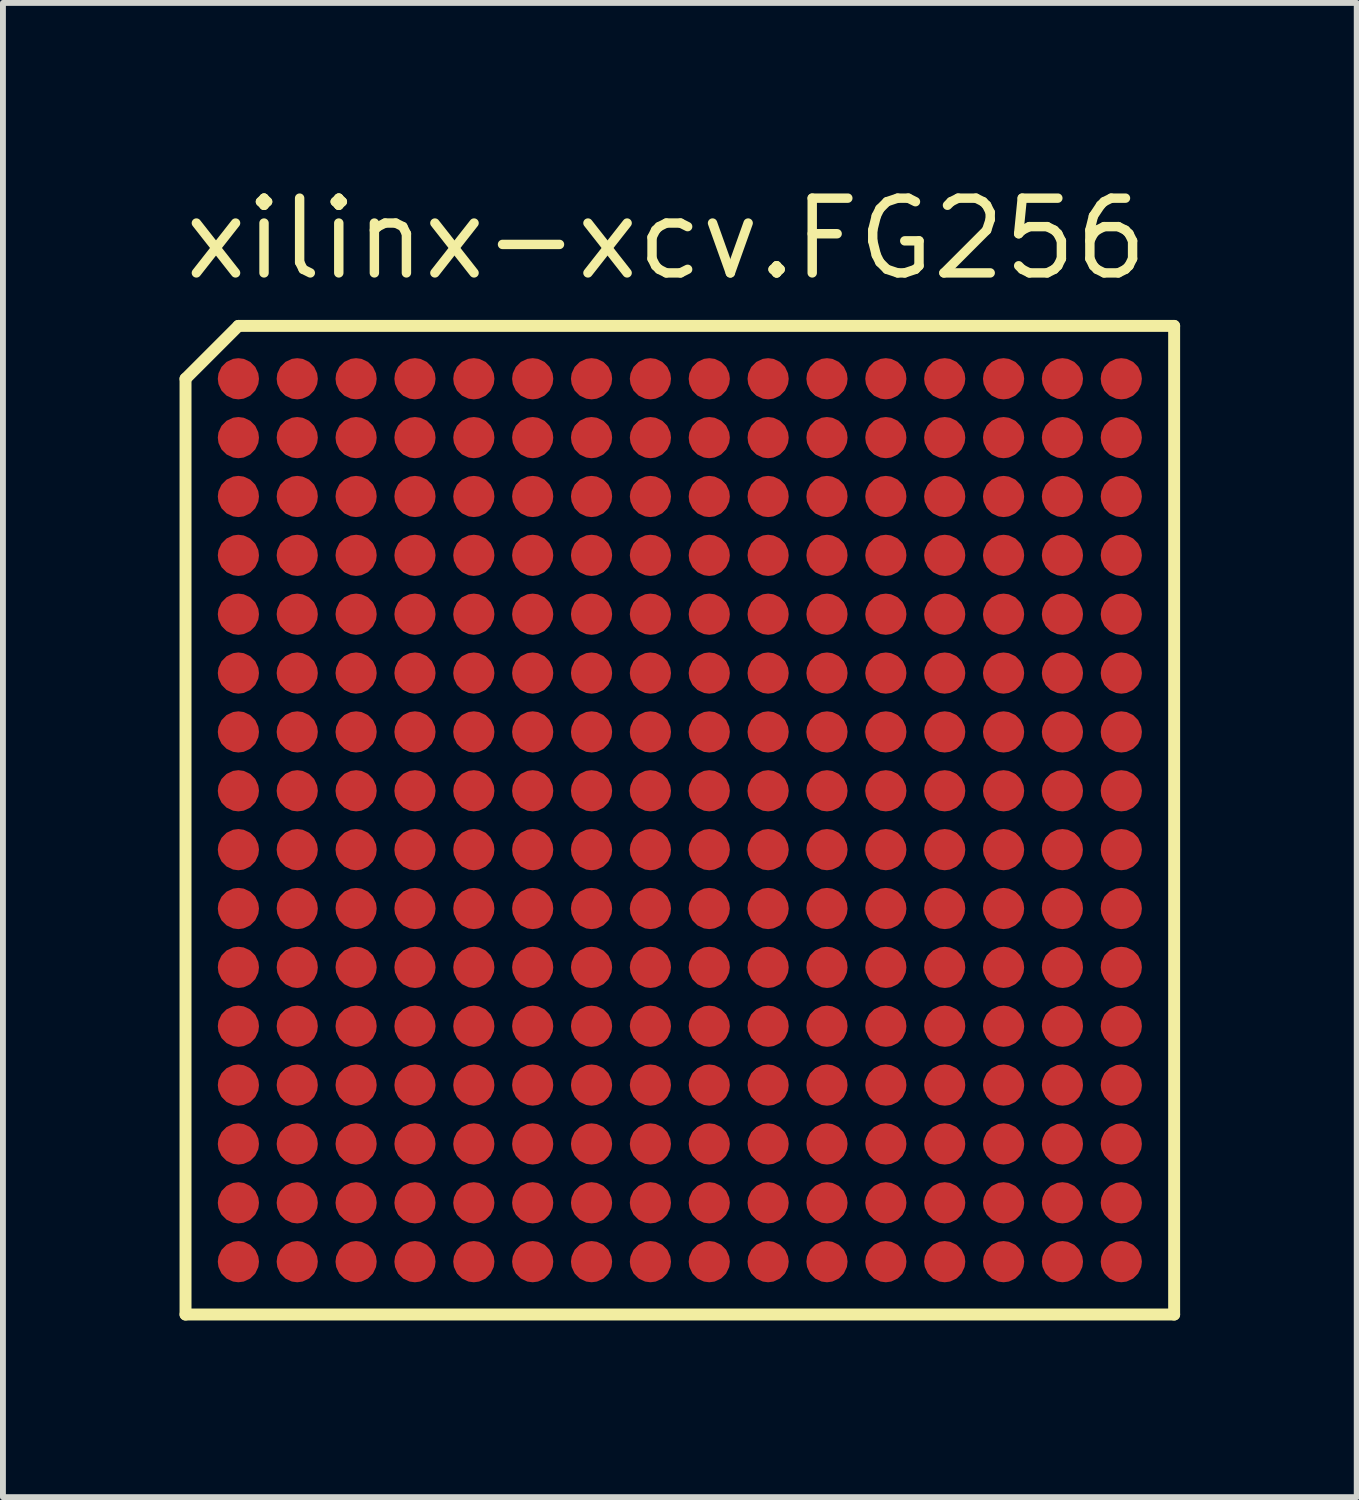
<source format=kicad_pcb>
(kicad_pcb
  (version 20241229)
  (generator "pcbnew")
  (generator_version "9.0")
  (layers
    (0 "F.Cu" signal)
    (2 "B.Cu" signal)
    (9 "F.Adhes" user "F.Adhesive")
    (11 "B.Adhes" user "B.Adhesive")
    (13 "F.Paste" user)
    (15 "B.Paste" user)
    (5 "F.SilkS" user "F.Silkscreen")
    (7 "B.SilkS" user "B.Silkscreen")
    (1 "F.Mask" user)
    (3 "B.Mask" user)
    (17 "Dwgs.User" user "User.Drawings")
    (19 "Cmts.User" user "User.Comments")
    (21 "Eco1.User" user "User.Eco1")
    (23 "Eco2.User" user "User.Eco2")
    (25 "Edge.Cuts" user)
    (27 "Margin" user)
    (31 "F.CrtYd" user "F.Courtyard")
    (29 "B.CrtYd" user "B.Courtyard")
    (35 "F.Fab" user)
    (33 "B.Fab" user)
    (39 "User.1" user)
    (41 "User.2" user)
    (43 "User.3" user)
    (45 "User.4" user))
  (footprint "xilinx-xcv.FG256"
    (layer "F.Cu")
    (at 8.5 10.885)
    (property "Reference" "xilinx-xcv.FG256" (at -8.5 -9.135 0) (layer "F.SilkS") (effects (font (size 1.27 1.27) (thickness 0.16)) (justify left bottom)))
    (attr smd)
    (fp_circle (center -7.5 -7.5) (end -7.15 -7.5) (stroke (width 0.1) (type default)) (fill no) (layer "F.Mask"))
    (fp_circle (center -7.5 -6.5) (end -7.15 -6.5) (stroke (width 0.1) (type default)) (fill no) (layer "F.Mask"))
    (fp_circle (center -7.5 -5.5) (end -7.15 -5.5) (stroke (width 0.1) (type default)) (fill no) (layer "F.Mask"))
    (fp_circle (center -7.5 -4.5) (end -7.15 -4.5) (stroke (width 0.1) (type default)) (fill no) (layer "F.Mask"))
    (fp_circle (center -7.5 -3.5) (end -7.15 -3.5) (stroke (width 0.1) (type default)) (fill no) (layer "F.Mask"))
    (fp_circle (center -7.5 -2.5) (end -7.15 -2.5) (stroke (width 0.1) (type default)) (fill no) (layer "F.Mask"))
    (fp_circle (center -7.5 -1.5) (end -7.15 -1.5) (stroke (width 0.1) (type default)) (fill no) (layer "F.Mask"))
    (fp_circle (center -7.5 -0.5) (end -7.15 -0.5) (stroke (width 0.1) (type default)) (fill no) (layer "F.Mask"))
    (fp_circle (center -7.5 0.5) (end -7.15 0.5) (stroke (width 0.1) (type default)) (fill no) (layer "F.Mask"))
    (fp_circle (center -7.5 1.5) (end -7.15 1.5) (stroke (width 0.1) (type default)) (fill no) (layer "F.Mask"))
    (fp_circle (center -7.5 2.5) (end -7.15 2.5) (stroke (width 0.1) (type default)) (fill no) (layer "F.Mask"))
    (fp_circle (center -7.5 3.5) (end -7.15 3.5) (stroke (width 0.1) (type default)) (fill no) (layer "F.Mask"))
    (fp_circle (center -7.5 4.5) (end -7.15 4.5) (stroke (width 0.1) (type default)) (fill no) (layer "F.Mask"))
    (fp_circle (center -7.5 5.5) (end -7.15 5.5) (stroke (width 0.1) (type default)) (fill no) (layer "F.Mask"))
    (fp_circle (center -7.5 6.5) (end -7.15 6.5) (stroke (width 0.1) (type default)) (fill no) (layer "F.Mask"))
    (fp_circle (center -7.5 7.5) (end -7.15 7.5) (stroke (width 0.1) (type default)) (fill no) (layer "F.Mask"))
    (fp_circle (center -6.5 -7.5) (end -6.15 -7.5) (stroke (width 0.1) (type default)) (fill no) (layer "F.Mask"))
    (fp_circle (center -6.5 -6.5) (end -6.15 -6.5) (stroke (width 0.1) (type default)) (fill no) (layer "F.Mask"))
    (fp_circle (center -6.5 -5.5) (end -6.15 -5.5) (stroke (width 0.1) (type default)) (fill no) (layer "F.Mask"))
    (fp_circle (center -6.5 -4.5) (end -6.15 -4.5) (stroke (width 0.1) (type default)) (fill no) (layer "F.Mask"))
    (fp_circle (center -6.5 -3.5) (end -6.15 -3.5) (stroke (width 0.1) (type default)) (fill no) (layer "F.Mask"))
    (fp_circle (center -6.5 -2.5) (end -6.15 -2.5) (stroke (width 0.1) (type default)) (fill no) (layer "F.Mask"))
    (fp_circle (center -6.5 -1.5) (end -6.15 -1.5) (stroke (width 0.1) (type default)) (fill no) (layer "F.Mask"))
    (fp_circle (center -6.5 -0.5) (end -6.15 -0.5) (stroke (width 0.1) (type default)) (fill no) (layer "F.Mask"))
    (fp_circle (center -6.5 0.5) (end -6.15 0.5) (stroke (width 0.1) (type default)) (fill no) (layer "F.Mask"))
    (fp_circle (center -6.5 1.5) (end -6.15 1.5) (stroke (width 0.1) (type default)) (fill no) (layer "F.Mask"))
    (fp_circle (center -6.5 2.5) (end -6.15 2.5) (stroke (width 0.1) (type default)) (fill no) (layer "F.Mask"))
    (fp_circle (center -6.5 3.5) (end -6.15 3.5) (stroke (width 0.1) (type default)) (fill no) (layer "F.Mask"))
    (fp_circle (center -6.5 4.5) (end -6.15 4.5) (stroke (width 0.1) (type default)) (fill no) (layer "F.Mask"))
    (fp_circle (center -6.5 5.5) (end -6.15 5.5) (stroke (width 0.1) (type default)) (fill no) (layer "F.Mask"))
    (fp_circle (center -6.5 6.5) (end -6.15 6.5) (stroke (width 0.1) (type default)) (fill no) (layer "F.Mask"))
    (fp_circle (center -6.5 7.5) (end -6.15 7.5) (stroke (width 0.1) (type default)) (fill no) (layer "F.Mask"))
    (fp_circle (center -5.5 -7.5) (end -5.15 -7.5) (stroke (width 0.1) (type default)) (fill no) (layer "F.Mask"))
    (fp_circle (center -5.5 -6.5) (end -5.15 -6.5) (stroke (width 0.1) (type default)) (fill no) (layer "F.Mask"))
    (fp_circle (center -5.5 -5.5) (end -5.15 -5.5) (stroke (width 0.1) (type default)) (fill no) (layer "F.Mask"))
    (fp_circle (center -5.5 -4.5) (end -5.15 -4.5) (stroke (width 0.1) (type default)) (fill no) (layer "F.Mask"))
    (fp_circle (center -5.5 -3.5) (end -5.15 -3.5) (stroke (width 0.1) (type default)) (fill no) (layer "F.Mask"))
    (fp_circle (center -5.5 -2.5) (end -5.15 -2.5) (stroke (width 0.1) (type default)) (fill no) (layer "F.Mask"))
    (fp_circle (center -5.5 -1.5) (end -5.15 -1.5) (stroke (width 0.1) (type default)) (fill no) (layer "F.Mask"))
    (fp_circle (center -5.5 -0.5) (end -5.15 -0.5) (stroke (width 0.1) (type default)) (fill no) (layer "F.Mask"))
    (fp_circle (center -5.5 0.5) (end -5.15 0.5) (stroke (width 0.1) (type default)) (fill no) (layer "F.Mask"))
    (fp_circle (center -5.5 1.5) (end -5.15 1.5) (stroke (width 0.1) (type default)) (fill no) (layer "F.Mask"))
    (fp_circle (center -5.5 2.5) (end -5.15 2.5) (stroke (width 0.1) (type default)) (fill no) (layer "F.Mask"))
    (fp_circle (center -5.5 3.5) (end -5.15 3.5) (stroke (width 0.1) (type default)) (fill no) (layer "F.Mask"))
    (fp_circle (center -5.5 4.5) (end -5.15 4.5) (stroke (width 0.1) (type default)) (fill no) (layer "F.Mask"))
    (fp_circle (center -5.5 5.5) (end -5.15 5.5) (stroke (width 0.1) (type default)) (fill no) (layer "F.Mask"))
    (fp_circle (center -5.5 6.5) (end -5.15 6.5) (stroke (width 0.1) (type default)) (fill no) (layer "F.Mask"))
    (fp_circle (center -5.5 7.5) (end -5.15 7.5) (stroke (width 0.1) (type default)) (fill no) (layer "F.Mask"))
    (fp_circle (center -4.5 -7.5) (end -4.15 -7.5) (stroke (width 0.1) (type default)) (fill no) (layer "F.Mask"))
    (fp_circle (center -4.5 -6.5) (end -4.15 -6.5) (stroke (width 0.1) (type default)) (fill no) (layer "F.Mask"))
    (fp_circle (center -4.5 -5.5) (end -4.15 -5.5) (stroke (width 0.1) (type default)) (fill no) (layer "F.Mask"))
    (fp_circle (center -4.5 -4.5) (end -4.15 -4.5) (stroke (width 0.1) (type default)) (fill no) (layer "F.Mask"))
    (fp_circle (center -4.5 -3.5) (end -4.15 -3.5) (stroke (width 0.1) (type default)) (fill no) (layer "F.Mask"))
    (fp_circle (center -4.5 -2.5) (end -4.15 -2.5) (stroke (width 0.1) (type default)) (fill no) (layer "F.Mask"))
    (fp_circle (center -4.5 -1.5) (end -4.15 -1.5) (stroke (width 0.1) (type default)) (fill no) (layer "F.Mask"))
    (fp_circle (center -4.5 -0.5) (end -4.15 -0.5) (stroke (width 0.1) (type default)) (fill no) (layer "F.Mask"))
    (fp_circle (center -4.5 0.5) (end -4.15 0.5) (stroke (width 0.1) (type default)) (fill no) (layer "F.Mask"))
    (fp_circle (center -4.5 1.5) (end -4.15 1.5) (stroke (width 0.1) (type default)) (fill no) (layer "F.Mask"))
    (fp_circle (center -4.5 2.5) (end -4.15 2.5) (stroke (width 0.1) (type default)) (fill no) (layer "F.Mask"))
    (fp_circle (center -4.5 3.5) (end -4.15 3.5) (stroke (width 0.1) (type default)) (fill no) (layer "F.Mask"))
    (fp_circle (center -4.5 4.5) (end -4.15 4.5) (stroke (width 0.1) (type default)) (fill no) (layer "F.Mask"))
    (fp_circle (center -4.5 5.5) (end -4.15 5.5) (stroke (width 0.1) (type default)) (fill no) (layer "F.Mask"))
    (fp_circle (center -4.5 6.5) (end -4.15 6.5) (stroke (width 0.1) (type default)) (fill no) (layer "F.Mask"))
    (fp_circle (center -4.5 7.5) (end -4.15 7.5) (stroke (width 0.1) (type default)) (fill no) (layer "F.Mask"))
    (fp_circle (center -3.5 -7.5) (end -3.15 -7.5) (stroke (width 0.1) (type default)) (fill no) (layer "F.Mask"))
    (fp_circle (center -3.5 -6.5) (end -3.15 -6.5) (stroke (width 0.1) (type default)) (fill no) (layer "F.Mask"))
    (fp_circle (center -3.5 -5.5) (end -3.15 -5.5) (stroke (width 0.1) (type default)) (fill no) (layer "F.Mask"))
    (fp_circle (center -3.5 -4.5) (end -3.15 -4.5) (stroke (width 0.1) (type default)) (fill no) (layer "F.Mask"))
    (fp_circle (center -3.5 -3.5) (end -3.15 -3.5) (stroke (width 0.1) (type default)) (fill no) (layer "F.Mask"))
    (fp_circle (center -3.5 -2.5) (end -3.15 -2.5) (stroke (width 0.1) (type default)) (fill no) (layer "F.Mask"))
    (fp_circle (center -3.5 -1.5) (end -3.15 -1.5) (stroke (width 0.1) (type default)) (fill no) (layer "F.Mask"))
    (fp_circle (center -3.5 -0.5) (end -3.15 -0.5) (stroke (width 0.1) (type default)) (fill no) (layer "F.Mask"))
    (fp_circle (center -3.5 0.5) (end -3.15 0.5) (stroke (width 0.1) (type default)) (fill no) (layer "F.Mask"))
    (fp_circle (center -3.5 1.5) (end -3.15 1.5) (stroke (width 0.1) (type default)) (fill no) (layer "F.Mask"))
    (fp_circle (center -3.5 2.5) (end -3.15 2.5) (stroke (width 0.1) (type default)) (fill no) (layer "F.Mask"))
    (fp_circle (center -3.5 3.5) (end -3.15 3.5) (stroke (width 0.1) (type default)) (fill no) (layer "F.Mask"))
    (fp_circle (center -3.5 4.5) (end -3.15 4.5) (stroke (width 0.1) (type default)) (fill no) (layer "F.Mask"))
    (fp_circle (center -3.5 5.5) (end -3.15 5.5) (stroke (width 0.1) (type default)) (fill no) (layer "F.Mask"))
    (fp_circle (center -3.5 6.5) (end -3.15 6.5) (stroke (width 0.1) (type default)) (fill no) (layer "F.Mask"))
    (fp_circle (center -3.5 7.5) (end -3.15 7.5) (stroke (width 0.1) (type default)) (fill no) (layer "F.Mask"))
    (fp_circle (center -2.5 -7.5) (end -2.15 -7.5) (stroke (width 0.1) (type default)) (fill no) (layer "F.Mask"))
    (fp_circle (center -2.5 -6.5) (end -2.15 -6.5) (stroke (width 0.1) (type default)) (fill no) (layer "F.Mask"))
    (fp_circle (center -2.5 -5.5) (end -2.15 -5.5) (stroke (width 0.1) (type default)) (fill no) (layer "F.Mask"))
    (fp_circle (center -2.5 -4.5) (end -2.15 -4.5) (stroke (width 0.1) (type default)) (fill no) (layer "F.Mask"))
    (fp_circle (center -2.5 -3.5) (end -2.15 -3.5) (stroke (width 0.1) (type default)) (fill no) (layer "F.Mask"))
    (fp_circle (center -2.5 -2.5) (end -2.15 -2.5) (stroke (width 0.1) (type default)) (fill no) (layer "F.Mask"))
    (fp_circle (center -2.5 -1.5) (end -2.15 -1.5) (stroke (width 0.1) (type default)) (fill no) (layer "F.Mask"))
    (fp_circle (center -2.5 -0.5) (end -2.15 -0.5) (stroke (width 0.1) (type default)) (fill no) (layer "F.Mask"))
    (fp_circle (center -2.5 0.5) (end -2.15 0.5) (stroke (width 0.1) (type default)) (fill no) (layer "F.Mask"))
    (fp_circle (center -2.5 1.5) (end -2.15 1.5) (stroke (width 0.1) (type default)) (fill no) (layer "F.Mask"))
    (fp_circle (center -2.5 2.5) (end -2.15 2.5) (stroke (width 0.1) (type default)) (fill no) (layer "F.Mask"))
    (fp_circle (center -2.5 3.5) (end -2.15 3.5) (stroke (width 0.1) (type default)) (fill no) (layer "F.Mask"))
    (fp_circle (center -2.5 4.5) (end -2.15 4.5) (stroke (width 0.1) (type default)) (fill no) (layer "F.Mask"))
    (fp_circle (center -2.5 5.5) (end -2.15 5.5) (stroke (width 0.1) (type default)) (fill no) (layer "F.Mask"))
    (fp_circle (center -2.5 6.5) (end -2.15 6.5) (stroke (width 0.1) (type default)) (fill no) (layer "F.Mask"))
    (fp_circle (center -2.5 7.5) (end -2.15 7.5) (stroke (width 0.1) (type default)) (fill no) (layer "F.Mask"))
    (fp_circle (center -1.5 -7.5) (end -1.15 -7.5) (stroke (width 0.1) (type default)) (fill no) (layer "F.Mask"))
    (fp_circle (center -1.5 -6.5) (end -1.15 -6.5) (stroke (width 0.1) (type default)) (fill no) (layer "F.Mask"))
    (fp_circle (center -1.5 -5.5) (end -1.15 -5.5) (stroke (width 0.1) (type default)) (fill no) (layer "F.Mask"))
    (fp_circle (center -1.5 -4.5) (end -1.15 -4.5) (stroke (width 0.1) (type default)) (fill no) (layer "F.Mask"))
    (fp_circle (center -1.5 -3.5) (end -1.15 -3.5) (stroke (width 0.1) (type default)) (fill no) (layer "F.Mask"))
    (fp_circle (center -1.5 -2.5) (end -1.15 -2.5) (stroke (width 0.1) (type default)) (fill no) (layer "F.Mask"))
    (fp_circle (center -1.5 -1.5) (end -1.15 -1.5) (stroke (width 0.1) (type default)) (fill no) (layer "F.Mask"))
    (fp_circle (center -1.5 -0.5) (end -1.15 -0.5) (stroke (width 0.1) (type default)) (fill no) (layer "F.Mask"))
    (fp_circle (center -1.5 0.5) (end -1.15 0.5) (stroke (width 0.1) (type default)) (fill no) (layer "F.Mask"))
    (fp_circle (center -1.5 1.5) (end -1.15 1.5) (stroke (width 0.1) (type default)) (fill no) (layer "F.Mask"))
    (fp_circle (center -1.5 2.5) (end -1.15 2.5) (stroke (width 0.1) (type default)) (fill no) (layer "F.Mask"))
    (fp_circle (center -1.5 3.5) (end -1.15 3.5) (stroke (width 0.1) (type default)) (fill no) (layer "F.Mask"))
    (fp_circle (center -1.5 4.5) (end -1.15 4.5) (stroke (width 0.1) (type default)) (fill no) (layer "F.Mask"))
    (fp_circle (center -1.5 5.5) (end -1.15 5.5) (stroke (width 0.1) (type default)) (fill no) (layer "F.Mask"))
    (fp_circle (center -1.5 6.5) (end -1.15 6.5) (stroke (width 0.1) (type default)) (fill no) (layer "F.Mask"))
    (fp_circle (center -1.5 7.5) (end -1.15 7.5) (stroke (width 0.1) (type default)) (fill no) (layer "F.Mask"))
    (fp_circle (center -0.5 -7.5) (end -0.15 -7.5) (stroke (width 0.1) (type default)) (fill no) (layer "F.Mask"))
    (fp_circle (center -0.5 -6.5) (end -0.15 -6.5) (stroke (width 0.1) (type default)) (fill no) (layer "F.Mask"))
    (fp_circle (center -0.5 -5.5) (end -0.15 -5.5) (stroke (width 0.1) (type default)) (fill no) (layer "F.Mask"))
    (fp_circle (center -0.5 -4.5) (end -0.15 -4.5) (stroke (width 0.1) (type default)) (fill no) (layer "F.Mask"))
    (fp_circle (center -0.5 -3.5) (end -0.15 -3.5) (stroke (width 0.1) (type default)) (fill no) (layer "F.Mask"))
    (fp_circle (center -0.5 -2.5) (end -0.15 -2.5) (stroke (width 0.1) (type default)) (fill no) (layer "F.Mask"))
    (fp_circle (center -0.5 -1.5) (end -0.15 -1.5) (stroke (width 0.1) (type default)) (fill no) (layer "F.Mask"))
    (fp_circle (center -0.5 -0.5) (end -0.15 -0.5) (stroke (width 0.1) (type default)) (fill no) (layer "F.Mask"))
    (fp_circle (center -0.5 0.5) (end -0.15 0.5) (stroke (width 0.1) (type default)) (fill no) (layer "F.Mask"))
    (fp_circle (center -0.5 1.5) (end -0.15 1.5) (stroke (width 0.1) (type default)) (fill no) (layer "F.Mask"))
    (fp_circle (center -0.5 2.5) (end -0.15 2.5) (stroke (width 0.1) (type default)) (fill no) (layer "F.Mask"))
    (fp_circle (center -0.5 3.5) (end -0.15 3.5) (stroke (width 0.1) (type default)) (fill no) (layer "F.Mask"))
    (fp_circle (center -0.5 4.5) (end -0.15 4.5) (stroke (width 0.1) (type default)) (fill no) (layer "F.Mask"))
    (fp_circle (center -0.5 5.5) (end -0.15 5.5) (stroke (width 0.1) (type default)) (fill no) (layer "F.Mask"))
    (fp_circle (center -0.5 6.5) (end -0.15 6.5) (stroke (width 0.1) (type default)) (fill no) (layer "F.Mask"))
    (fp_circle (center -0.5 7.5) (end -0.15 7.5) (stroke (width 0.1) (type default)) (fill no) (layer "F.Mask"))
    (fp_circle (center 0.5 -7.5) (end 0.85 -7.5) (stroke (width 0.1) (type default)) (fill no) (layer "F.Mask"))
    (fp_circle (center 0.5 -6.5) (end 0.85 -6.5) (stroke (width 0.1) (type default)) (fill no) (layer "F.Mask"))
    (fp_circle (center 0.5 -5.5) (end 0.85 -5.5) (stroke (width 0.1) (type default)) (fill no) (layer "F.Mask"))
    (fp_circle (center 0.5 -4.5) (end 0.85 -4.5) (stroke (width 0.1) (type default)) (fill no) (layer "F.Mask"))
    (fp_circle (center 0.5 -3.5) (end 0.85 -3.5) (stroke (width 0.1) (type default)) (fill no) (layer "F.Mask"))
    (fp_circle (center 0.5 -2.5) (end 0.85 -2.5) (stroke (width 0.1) (type default)) (fill no) (layer "F.Mask"))
    (fp_circle (center 0.5 -1.5) (end 0.85 -1.5) (stroke (width 0.1) (type default)) (fill no) (layer "F.Mask"))
    (fp_circle (center 0.5 -0.5) (end 0.85 -0.5) (stroke (width 0.1) (type default)) (fill no) (layer "F.Mask"))
    (fp_circle (center 0.5 0.5) (end 0.85 0.5) (stroke (width 0.1) (type default)) (fill no) (layer "F.Mask"))
    (fp_circle (center 0.5 1.5) (end 0.85 1.5) (stroke (width 0.1) (type default)) (fill no) (layer "F.Mask"))
    (fp_circle (center 0.5 2.5) (end 0.85 2.5) (stroke (width 0.1) (type default)) (fill no) (layer "F.Mask"))
    (fp_circle (center 0.5 3.5) (end 0.85 3.5) (stroke (width 0.1) (type default)) (fill no) (layer "F.Mask"))
    (fp_circle (center 0.5 4.5) (end 0.85 4.5) (stroke (width 0.1) (type default)) (fill no) (layer "F.Mask"))
    (fp_circle (center 0.5 5.5) (end 0.85 5.5) (stroke (width 0.1) (type default)) (fill no) (layer "F.Mask"))
    (fp_circle (center 0.5 6.5) (end 0.85 6.5) (stroke (width 0.1) (type default)) (fill no) (layer "F.Mask"))
    (fp_circle (center 0.5 7.5) (end 0.85 7.5) (stroke (width 0.1) (type default)) (fill no) (layer "F.Mask"))
    (fp_circle (center 1.5 -7.5) (end 1.85 -7.5) (stroke (width 0.1) (type default)) (fill no) (layer "F.Mask"))
    (fp_circle (center 1.5 -6.5) (end 1.85 -6.5) (stroke (width 0.1) (type default)) (fill no) (layer "F.Mask"))
    (fp_circle (center 1.5 -5.5) (end 1.85 -5.5) (stroke (width 0.1) (type default)) (fill no) (layer "F.Mask"))
    (fp_circle (center 1.5 -4.5) (end 1.85 -4.5) (stroke (width 0.1) (type default)) (fill no) (layer "F.Mask"))
    (fp_circle (center 1.5 -3.5) (end 1.85 -3.5) (stroke (width 0.1) (type default)) (fill no) (layer "F.Mask"))
    (fp_circle (center 1.5 -2.5) (end 1.85 -2.5) (stroke (width 0.1) (type default)) (fill no) (layer "F.Mask"))
    (fp_circle (center 1.5 -1.5) (end 1.85 -1.5) (stroke (width 0.1) (type default)) (fill no) (layer "F.Mask"))
    (fp_circle (center 1.5 -0.5) (end 1.85 -0.5) (stroke (width 0.1) (type default)) (fill no) (layer "F.Mask"))
    (fp_circle (center 1.5 0.5) (end 1.85 0.5) (stroke (width 0.1) (type default)) (fill no) (layer "F.Mask"))
    (fp_circle (center 1.5 1.5) (end 1.85 1.5) (stroke (width 0.1) (type default)) (fill no) (layer "F.Mask"))
    (fp_circle (center 1.5 2.5) (end 1.85 2.5) (stroke (width 0.1) (type default)) (fill no) (layer "F.Mask"))
    (fp_circle (center 1.5 3.5) (end 1.85 3.5) (stroke (width 0.1) (type default)) (fill no) (layer "F.Mask"))
    (fp_circle (center 1.5 4.5) (end 1.85 4.5) (stroke (width 0.1) (type default)) (fill no) (layer "F.Mask"))
    (fp_circle (center 1.5 5.5) (end 1.85 5.5) (stroke (width 0.1) (type default)) (fill no) (layer "F.Mask"))
    (fp_circle (center 1.5 6.5) (end 1.85 6.5) (stroke (width 0.1) (type default)) (fill no) (layer "F.Mask"))
    (fp_circle (center 1.5 7.5) (end 1.85 7.5) (stroke (width 0.1) (type default)) (fill no) (layer "F.Mask"))
    (fp_circle (center 2.5 -7.5) (end 2.85 -7.5) (stroke (width 0.1) (type default)) (fill no) (layer "F.Mask"))
    (fp_circle (center 2.5 -6.5) (end 2.85 -6.5) (stroke (width 0.1) (type default)) (fill no) (layer "F.Mask"))
    (fp_circle (center 2.5 -5.5) (end 2.85 -5.5) (stroke (width 0.1) (type default)) (fill no) (layer "F.Mask"))
    (fp_circle (center 2.5 -4.5) (end 2.85 -4.5) (stroke (width 0.1) (type default)) (fill no) (layer "F.Mask"))
    (fp_circle (center 2.5 -3.5) (end 2.85 -3.5) (stroke (width 0.1) (type default)) (fill no) (layer "F.Mask"))
    (fp_circle (center 2.5 -2.5) (end 2.85 -2.5) (stroke (width 0.1) (type default)) (fill no) (layer "F.Mask"))
    (fp_circle (center 2.5 -1.5) (end 2.85 -1.5) (stroke (width 0.1) (type default)) (fill no) (layer "F.Mask"))
    (fp_circle (center 2.5 -0.5) (end 2.85 -0.5) (stroke (width 0.1) (type default)) (fill no) (layer "F.Mask"))
    (fp_circle (center 2.5 0.5) (end 2.85 0.5) (stroke (width 0.1) (type default)) (fill no) (layer "F.Mask"))
    (fp_circle (center 2.5 1.5) (end 2.85 1.5) (stroke (width 0.1) (type default)) (fill no) (layer "F.Mask"))
    (fp_circle (center 2.5 2.5) (end 2.85 2.5) (stroke (width 0.1) (type default)) (fill no) (layer "F.Mask"))
    (fp_circle (center 2.5 3.5) (end 2.85 3.5) (stroke (width 0.1) (type default)) (fill no) (layer "F.Mask"))
    (fp_circle (center 2.5 4.5) (end 2.85 4.5) (stroke (width 0.1) (type default)) (fill no) (layer "F.Mask"))
    (fp_circle (center 2.5 5.5) (end 2.85 5.5) (stroke (width 0.1) (type default)) (fill no) (layer "F.Mask"))
    (fp_circle (center 2.5 6.5) (end 2.85 6.5) (stroke (width 0.1) (type default)) (fill no) (layer "F.Mask"))
    (fp_circle (center 2.5 7.5) (end 2.85 7.5) (stroke (width 0.1) (type default)) (fill no) (layer "F.Mask"))
    (fp_circle (center 3.5 -7.5) (end 3.85 -7.5) (stroke (width 0.1) (type default)) (fill no) (layer "F.Mask"))
    (fp_circle (center 3.5 -6.5) (end 3.85 -6.5) (stroke (width 0.1) (type default)) (fill no) (layer "F.Mask"))
    (fp_circle (center 3.5 -5.5) (end 3.85 -5.5) (stroke (width 0.1) (type default)) (fill no) (layer "F.Mask"))
    (fp_circle (center 3.5 -4.5) (end 3.85 -4.5) (stroke (width 0.1) (type default)) (fill no) (layer "F.Mask"))
    (fp_circle (center 3.5 -3.5) (end 3.85 -3.5) (stroke (width 0.1) (type default)) (fill no) (layer "F.Mask"))
    (fp_circle (center 3.5 -2.5) (end 3.85 -2.5) (stroke (width 0.1) (type default)) (fill no) (layer "F.Mask"))
    (fp_circle (center 3.5 -1.5) (end 3.85 -1.5) (stroke (width 0.1) (type default)) (fill no) (layer "F.Mask"))
    (fp_circle (center 3.5 -0.5) (end 3.85 -0.5) (stroke (width 0.1) (type default)) (fill no) (layer "F.Mask"))
    (fp_circle (center 3.5 0.5) (end 3.85 0.5) (stroke (width 0.1) (type default)) (fill no) (layer "F.Mask"))
    (fp_circle (center 3.5 1.5) (end 3.85 1.5) (stroke (width 0.1) (type default)) (fill no) (layer "F.Mask"))
    (fp_circle (center 3.5 2.5) (end 3.85 2.5) (stroke (width 0.1) (type default)) (fill no) (layer "F.Mask"))
    (fp_circle (center 3.5 3.5) (end 3.85 3.5) (stroke (width 0.1) (type default)) (fill no) (layer "F.Mask"))
    (fp_circle (center 3.5 4.5) (end 3.85 4.5) (stroke (width 0.1) (type default)) (fill no) (layer "F.Mask"))
    (fp_circle (center 3.5 5.5) (end 3.85 5.5) (stroke (width 0.1) (type default)) (fill no) (layer "F.Mask"))
    (fp_circle (center 3.5 6.5) (end 3.85 6.5) (stroke (width 0.1) (type default)) (fill no) (layer "F.Mask"))
    (fp_circle (center 3.5 7.5) (end 3.85 7.5) (stroke (width 0.1) (type default)) (fill no) (layer "F.Mask"))
    (fp_circle (center 4.5 -7.5) (end 4.85 -7.5) (stroke (width 0.1) (type default)) (fill no) (layer "F.Mask"))
    (fp_circle (center 4.5 -6.5) (end 4.85 -6.5) (stroke (width 0.1) (type default)) (fill no) (layer "F.Mask"))
    (fp_circle (center 4.5 -5.5) (end 4.85 -5.5) (stroke (width 0.1) (type default)) (fill no) (layer "F.Mask"))
    (fp_circle (center 4.5 -4.5) (end 4.85 -4.5) (stroke (width 0.1) (type default)) (fill no) (layer "F.Mask"))
    (fp_circle (center 4.5 -3.5) (end 4.85 -3.5) (stroke (width 0.1) (type default)) (fill no) (layer "F.Mask"))
    (fp_circle (center 4.5 -2.5) (end 4.85 -2.5) (stroke (width 0.1) (type default)) (fill no) (layer "F.Mask"))
    (fp_circle (center 4.5 -1.5) (end 4.85 -1.5) (stroke (width 0.1) (type default)) (fill no) (layer "F.Mask"))
    (fp_circle (center 4.5 -0.5) (end 4.85 -0.5) (stroke (width 0.1) (type default)) (fill no) (layer "F.Mask"))
    (fp_circle (center 4.5 0.5) (end 4.85 0.5) (stroke (width 0.1) (type default)) (fill no) (layer "F.Mask"))
    (fp_circle (center 4.5 1.5) (end 4.85 1.5) (stroke (width 0.1) (type default)) (fill no) (layer "F.Mask"))
    (fp_circle (center 4.5 2.5) (end 4.85 2.5) (stroke (width 0.1) (type default)) (fill no) (layer "F.Mask"))
    (fp_circle (center 4.5 3.5) (end 4.85 3.5) (stroke (width 0.1) (type default)) (fill no) (layer "F.Mask"))
    (fp_circle (center 4.5 4.5) (end 4.85 4.5) (stroke (width 0.1) (type default)) (fill no) (layer "F.Mask"))
    (fp_circle (center 4.5 5.5) (end 4.85 5.5) (stroke (width 0.1) (type default)) (fill no) (layer "F.Mask"))
    (fp_circle (center 4.5 6.5) (end 4.85 6.5) (stroke (width 0.1) (type default)) (fill no) (layer "F.Mask"))
    (fp_circle (center 4.5 7.5) (end 4.85 7.5) (stroke (width 0.1) (type default)) (fill no) (layer "F.Mask"))
    (fp_circle (center 5.5 -7.5) (end 5.85 -7.5) (stroke (width 0.1) (type default)) (fill no) (layer "F.Mask"))
    (fp_circle (center 5.5 -6.5) (end 5.85 -6.5) (stroke (width 0.1) (type default)) (fill no) (layer "F.Mask"))
    (fp_circle (center 5.5 -5.5) (end 5.85 -5.5) (stroke (width 0.1) (type default)) (fill no) (layer "F.Mask"))
    (fp_circle (center 5.5 -4.5) (end 5.85 -4.5) (stroke (width 0.1) (type default)) (fill no) (layer "F.Mask"))
    (fp_circle (center 5.5 -3.5) (end 5.85 -3.5) (stroke (width 0.1) (type default)) (fill no) (layer "F.Mask"))
    (fp_circle (center 5.5 -2.5) (end 5.85 -2.5) (stroke (width 0.1) (type default)) (fill no) (layer "F.Mask"))
    (fp_circle (center 5.5 -1.5) (end 5.85 -1.5) (stroke (width 0.1) (type default)) (fill no) (layer "F.Mask"))
    (fp_circle (center 5.5 -0.5) (end 5.85 -0.5) (stroke (width 0.1) (type default)) (fill no) (layer "F.Mask"))
    (fp_circle (center 5.5 0.5) (end 5.85 0.5) (stroke (width 0.1) (type default)) (fill no) (layer "F.Mask"))
    (fp_circle (center 5.5 1.5) (end 5.85 1.5) (stroke (width 0.1) (type default)) (fill no) (layer "F.Mask"))
    (fp_circle (center 5.5 2.5) (end 5.85 2.5) (stroke (width 0.1) (type default)) (fill no) (layer "F.Mask"))
    (fp_circle (center 5.5 3.5) (end 5.85 3.5) (stroke (width 0.1) (type default)) (fill no) (layer "F.Mask"))
    (fp_circle (center 5.5 4.5) (end 5.85 4.5) (stroke (width 0.1) (type default)) (fill no) (layer "F.Mask"))
    (fp_circle (center 5.5 5.5) (end 5.85 5.5) (stroke (width 0.1) (type default)) (fill no) (layer "F.Mask"))
    (fp_circle (center 5.5 6.5) (end 5.85 6.5) (stroke (width 0.1) (type default)) (fill no) (layer "F.Mask"))
    (fp_circle (center 5.5 7.5) (end 5.85 7.5) (stroke (width 0.1) (type default)) (fill no) (layer "F.Mask"))
    (fp_circle (center 6.5 -7.5) (end 6.85 -7.5) (stroke (width 0.1) (type default)) (fill no) (layer "F.Mask"))
    (fp_circle (center 6.5 -6.5) (end 6.85 -6.5) (stroke (width 0.1) (type default)) (fill no) (layer "F.Mask"))
    (fp_circle (center 6.5 -5.5) (end 6.85 -5.5) (stroke (width 0.1) (type default)) (fill no) (layer "F.Mask"))
    (fp_circle (center 6.5 -4.5) (end 6.85 -4.5) (stroke (width 0.1) (type default)) (fill no) (layer "F.Mask"))
    (fp_circle (center 6.5 -3.5) (end 6.85 -3.5) (stroke (width 0.1) (type default)) (fill no) (layer "F.Mask"))
    (fp_circle (center 6.5 -2.5) (end 6.85 -2.5) (stroke (width 0.1) (type default)) (fill no) (layer "F.Mask"))
    (fp_circle (center 6.5 -1.5) (end 6.85 -1.5) (stroke (width 0.1) (type default)) (fill no) (layer "F.Mask"))
    (fp_circle (center 6.5 -0.5) (end 6.85 -0.5) (stroke (width 0.1) (type default)) (fill no) (layer "F.Mask"))
    (fp_circle (center 6.5 0.5) (end 6.85 0.5) (stroke (width 0.1) (type default)) (fill no) (layer "F.Mask"))
    (fp_circle (center 6.5 1.5) (end 6.85 1.5) (stroke (width 0.1) (type default)) (fill no) (layer "F.Mask"))
    (fp_circle (center 6.5 2.5) (end 6.85 2.5) (stroke (width 0.1) (type default)) (fill no) (layer "F.Mask"))
    (fp_circle (center 6.5 3.5) (end 6.85 3.5) (stroke (width 0.1) (type default)) (fill no) (layer "F.Mask"))
    (fp_circle (center 6.5 4.5) (end 6.85 4.5) (stroke (width 0.1) (type default)) (fill no) (layer "F.Mask"))
    (fp_circle (center 6.5 5.5) (end 6.85 5.5) (stroke (width 0.1) (type default)) (fill no) (layer "F.Mask"))
    (fp_circle (center 6.5 6.5) (end 6.85 6.5) (stroke (width 0.1) (type default)) (fill no) (layer "F.Mask"))
    (fp_circle (center 6.5 7.5) (end 6.85 7.5) (stroke (width 0.1) (type default)) (fill no) (layer "F.Mask"))
    (fp_circle (center 7.5 -7.5) (end 7.85 -7.5) (stroke (width 0.1) (type default)) (fill no) (layer "F.Mask"))
    (fp_circle (center 7.5 -6.5) (end 7.85 -6.5) (stroke (width 0.1) (type default)) (fill no) (layer "F.Mask"))
    (fp_circle (center 7.5 -5.5) (end 7.85 -5.5) (stroke (width 0.1) (type default)) (fill no) (layer "F.Mask"))
    (fp_circle (center 7.5 -4.5) (end 7.85 -4.5) (stroke (width 0.1) (type default)) (fill no) (layer "F.Mask"))
    (fp_circle (center 7.5 -3.5) (end 7.85 -3.5) (stroke (width 0.1) (type default)) (fill no) (layer "F.Mask"))
    (fp_circle (center 7.5 -2.5) (end 7.85 -2.5) (stroke (width 0.1) (type default)) (fill no) (layer "F.Mask"))
    (fp_circle (center 7.5 -1.5) (end 7.85 -1.5) (stroke (width 0.1) (type default)) (fill no) (layer "F.Mask"))
    (fp_circle (center 7.5 -0.5) (end 7.85 -0.5) (stroke (width 0.1) (type default)) (fill no) (layer "F.Mask"))
    (fp_circle (center 7.5 0.5) (end 7.85 0.5) (stroke (width 0.1) (type default)) (fill no) (layer "F.Mask"))
    (fp_circle (center 7.5 1.5) (end 7.85 1.5) (stroke (width 0.1) (type default)) (fill no) (layer "F.Mask"))
    (fp_circle (center 7.5 2.5) (end 7.85 2.5) (stroke (width 0.1) (type default)) (fill no) (layer "F.Mask"))
    (fp_circle (center 7.5 3.5) (end 7.85 3.5) (stroke (width 0.1) (type default)) (fill no) (layer "F.Mask"))
    (fp_circle (center 7.5 4.5) (end 7.85 4.5) (stroke (width 0.1) (type default)) (fill no) (layer "F.Mask"))
    (fp_circle (center 7.5 5.5) (end 7.85 5.5) (stroke (width 0.1) (type default)) (fill no) (layer "F.Mask"))
    (fp_circle (center 7.5 6.5) (end 7.85 6.5) (stroke (width 0.1) (type default)) (fill no) (layer "F.Mask"))
    (fp_circle (center 7.5 7.5) (end 7.85 7.5) (stroke (width 0.1) (type default)) (fill no) (layer "F.Mask"))
    (fp_line (start -8.398 -7.5) (end -8.398 8.398) (stroke (width 0.203) (type default)) (layer "F.SilkS"))
    (fp_line (start -8.398 -7.5) (end -7.5 -8.398) (stroke (width 0.203) (type default)) (layer "F.SilkS"))
    (fp_line (start -8.398 8.398) (end 8.398 8.398) (stroke (width 0.203) (type default)) (layer "F.SilkS"))
    (fp_line (start 8.398 -8.398) (end -7.5 -8.398) (stroke (width 0.203) (type default)) (layer "F.SilkS"))
    (fp_line (start 8.398 8.398) (end 8.398 -8.398) (stroke (width 0.203) (type default)) (layer "F.SilkS"))
    (pad "A1" smd roundrect (at -7.5 -7.5) (size 0.7 0.7) (layers "F.Cu" "F.Mask" "F.Paste") (roundrect_rratio 0.5))
    (pad "A2" smd roundrect (at -6.5 -7.5) (size 0.7 0.7) (layers "F.Cu" "F.Mask" "F.Paste") (roundrect_rratio 0.5))
    (pad "A3" smd roundrect (at -5.5 -7.5) (size 0.7 0.7) (layers "F.Cu" "F.Mask" "F.Paste") (roundrect_rratio 0.5))
    (pad "A4" smd roundrect (at -4.5 -7.5) (size 0.7 0.7) (layers "F.Cu" "F.Mask" "F.Paste") (roundrect_rratio 0.5))
    (pad "A5" smd roundrect (at -3.5 -7.5) (size 0.7 0.7) (layers "F.Cu" "F.Mask" "F.Paste") (roundrect_rratio 0.5))
    (pad "A6" smd roundrect (at -2.5 -7.5) (size 0.7 0.7) (layers "F.Cu" "F.Mask" "F.Paste") (roundrect_rratio 0.5))
    (pad "A7" smd roundrect (at -1.5 -7.5) (size 0.7 0.7) (layers "F.Cu" "F.Mask" "F.Paste") (roundrect_rratio 0.5))
    (pad "A8" smd roundrect (at -0.5 -7.5) (size 0.7 0.7) (layers "F.Cu" "F.Mask" "F.Paste") (roundrect_rratio 0.5))
    (pad "A9" smd roundrect (at 0.5 -7.5) (size 0.7 0.7) (layers "F.Cu" "F.Mask" "F.Paste") (roundrect_rratio 0.5))
    (pad "A10" smd roundrect (at 1.5 -7.5) (size 0.7 0.7) (layers "F.Cu" "F.Mask" "F.Paste") (roundrect_rratio 0.5))
    (pad "A11" smd roundrect (at 2.5 -7.5) (size 0.7 0.7) (layers "F.Cu" "F.Mask" "F.Paste") (roundrect_rratio 0.5))
    (pad "A12" smd roundrect (at 3.5 -7.5) (size 0.7 0.7) (layers "F.Cu" "F.Mask" "F.Paste") (roundrect_rratio 0.5))
    (pad "A13" smd roundrect (at 4.5 -7.5) (size 0.7 0.7) (layers "F.Cu" "F.Mask" "F.Paste") (roundrect_rratio 0.5))
    (pad "A14" smd roundrect (at 5.5 -7.5) (size 0.7 0.7) (layers "F.Cu" "F.Mask" "F.Paste") (roundrect_rratio 0.5))
    (pad "A15" smd roundrect (at 6.5 -7.5) (size 0.7 0.7) (layers "F.Cu" "F.Mask" "F.Paste") (roundrect_rratio 0.5))
    (pad "A16" smd roundrect (at 7.5 -7.5) (size 0.7 0.7) (layers "F.Cu" "F.Mask" "F.Paste") (roundrect_rratio 0.5))
    (pad "B1" smd roundrect (at -7.5 -6.5) (size 0.7 0.7) (layers "F.Cu" "F.Mask" "F.Paste") (roundrect_rratio 0.5))
    (pad "B2" smd roundrect (at -6.5 -6.5) (size 0.7 0.7) (layers "F.Cu" "F.Mask" "F.Paste") (roundrect_rratio 0.5))
    (pad "B3" smd roundrect (at -5.5 -6.5) (size 0.7 0.7) (layers "F.Cu" "F.Mask" "F.Paste") (roundrect_rratio 0.5))
    (pad "B4" smd roundrect (at -4.5 -6.5) (size 0.7 0.7) (layers "F.Cu" "F.Mask" "F.Paste") (roundrect_rratio 0.5))
    (pad "B5" smd roundrect (at -3.5 -6.5) (size 0.7 0.7) (layers "F.Cu" "F.Mask" "F.Paste") (roundrect_rratio 0.5))
    (pad "B6" smd roundrect (at -2.5 -6.5) (size 0.7 0.7) (layers "F.Cu" "F.Mask" "F.Paste") (roundrect_rratio 0.5))
    (pad "B7" smd roundrect (at -1.5 -6.5) (size 0.7 0.7) (layers "F.Cu" "F.Mask" "F.Paste") (roundrect_rratio 0.5))
    (pad "B8" smd roundrect (at -0.5 -6.5) (size 0.7 0.7) (layers "F.Cu" "F.Mask" "F.Paste") (roundrect_rratio 0.5))
    (pad "B9" smd roundrect (at 0.5 -6.5) (size 0.7 0.7) (layers "F.Cu" "F.Mask" "F.Paste") (roundrect_rratio 0.5))
    (pad "B10" smd roundrect (at 1.5 -6.5) (size 0.7 0.7) (layers "F.Cu" "F.Mask" "F.Paste") (roundrect_rratio 0.5))
    (pad "B11" smd roundrect (at 2.5 -6.5) (size 0.7 0.7) (layers "F.Cu" "F.Mask" "F.Paste") (roundrect_rratio 0.5))
    (pad "B12" smd roundrect (at 3.5 -6.5) (size 0.7 0.7) (layers "F.Cu" "F.Mask" "F.Paste") (roundrect_rratio 0.5))
    (pad "B13" smd roundrect (at 4.5 -6.5) (size 0.7 0.7) (layers "F.Cu" "F.Mask" "F.Paste") (roundrect_rratio 0.5))
    (pad "B14" smd roundrect (at 5.5 -6.5) (size 0.7 0.7) (layers "F.Cu" "F.Mask" "F.Paste") (roundrect_rratio 0.5))
    (pad "B15" smd roundrect (at 6.5 -6.5) (size 0.7 0.7) (layers "F.Cu" "F.Mask" "F.Paste") (roundrect_rratio 0.5))
    (pad "B16" smd roundrect (at 7.5 -6.5) (size 0.7 0.7) (layers "F.Cu" "F.Mask" "F.Paste") (roundrect_rratio 0.5))
    (pad "C1" smd roundrect (at -7.5 -5.5) (size 0.7 0.7) (layers "F.Cu" "F.Mask" "F.Paste") (roundrect_rratio 0.5))
    (pad "C2" smd roundrect (at -6.5 -5.5) (size 0.7 0.7) (layers "F.Cu" "F.Mask" "F.Paste") (roundrect_rratio 0.5))
    (pad "C3" smd roundrect (at -5.5 -5.5) (size 0.7 0.7) (layers "F.Cu" "F.Mask" "F.Paste") (roundrect_rratio 0.5))
    (pad "C4" smd roundrect (at -4.5 -5.5) (size 0.7 0.7) (layers "F.Cu" "F.Mask" "F.Paste") (roundrect_rratio 0.5))
    (pad "C5" smd roundrect (at -3.5 -5.5) (size 0.7 0.7) (layers "F.Cu" "F.Mask" "F.Paste") (roundrect_rratio 0.5))
    (pad "C6" smd roundrect (at -2.5 -5.5) (size 0.7 0.7) (layers "F.Cu" "F.Mask" "F.Paste") (roundrect_rratio 0.5))
    (pad "C7" smd roundrect (at -1.5 -5.5) (size 0.7 0.7) (layers "F.Cu" "F.Mask" "F.Paste") (roundrect_rratio 0.5))
    (pad "C8" smd roundrect (at -0.5 -5.5) (size 0.7 0.7) (layers "F.Cu" "F.Mask" "F.Paste") (roundrect_rratio 0.5))
    (pad "C9" smd roundrect (at 0.5 -5.5) (size 0.7 0.7) (layers "F.Cu" "F.Mask" "F.Paste") (roundrect_rratio 0.5))
    (pad "C10" smd roundrect (at 1.5 -5.5) (size 0.7 0.7) (layers "F.Cu" "F.Mask" "F.Paste") (roundrect_rratio 0.5))
    (pad "C11" smd roundrect (at 2.5 -5.5) (size 0.7 0.7) (layers "F.Cu" "F.Mask" "F.Paste") (roundrect_rratio 0.5))
    (pad "C12" smd roundrect (at 3.5 -5.5) (size 0.7 0.7) (layers "F.Cu" "F.Mask" "F.Paste") (roundrect_rratio 0.5))
    (pad "C13" smd roundrect (at 4.5 -5.5) (size 0.7 0.7) (layers "F.Cu" "F.Mask" "F.Paste") (roundrect_rratio 0.5))
    (pad "C14" smd roundrect (at 5.5 -5.5) (size 0.7 0.7) (layers "F.Cu" "F.Mask" "F.Paste") (roundrect_rratio 0.5))
    (pad "C15" smd roundrect (at 6.5 -5.5) (size 0.7 0.7) (layers "F.Cu" "F.Mask" "F.Paste") (roundrect_rratio 0.5))
    (pad "C16" smd roundrect (at 7.5 -5.5) (size 0.7 0.7) (layers "F.Cu" "F.Mask" "F.Paste") (roundrect_rratio 0.5))
    (pad "D1" smd roundrect (at -7.5 -4.5) (size 0.7 0.7) (layers "F.Cu" "F.Mask" "F.Paste") (roundrect_rratio 0.5))
    (pad "D2" smd roundrect (at -6.5 -4.5) (size 0.7 0.7) (layers "F.Cu" "F.Mask" "F.Paste") (roundrect_rratio 0.5))
    (pad "D3" smd roundrect (at -5.5 -4.5) (size 0.7 0.7) (layers "F.Cu" "F.Mask" "F.Paste") (roundrect_rratio 0.5))
    (pad "D4" smd roundrect (at -4.5 -4.5) (size 0.7 0.7) (layers "F.Cu" "F.Mask" "F.Paste") (roundrect_rratio 0.5))
    (pad "D5" smd roundrect (at -3.5 -4.5) (size 0.7 0.7) (layers "F.Cu" "F.Mask" "F.Paste") (roundrect_rratio 0.5))
    (pad "D6" smd roundrect (at -2.5 -4.5) (size 0.7 0.7) (layers "F.Cu" "F.Mask" "F.Paste") (roundrect_rratio 0.5))
    (pad "D7" smd roundrect (at -1.5 -4.5) (size 0.7 0.7) (layers "F.Cu" "F.Mask" "F.Paste") (roundrect_rratio 0.5))
    (pad "D8" smd roundrect (at -0.5 -4.5) (size 0.7 0.7) (layers "F.Cu" "F.Mask" "F.Paste") (roundrect_rratio 0.5))
    (pad "D9" smd roundrect (at 0.5 -4.5) (size 0.7 0.7) (layers "F.Cu" "F.Mask" "F.Paste") (roundrect_rratio 0.5))
    (pad "D10" smd roundrect (at 1.5 -4.5) (size 0.7 0.7) (layers "F.Cu" "F.Mask" "F.Paste") (roundrect_rratio 0.5))
    (pad "D11" smd roundrect (at 2.5 -4.5) (size 0.7 0.7) (layers "F.Cu" "F.Mask" "F.Paste") (roundrect_rratio 0.5))
    (pad "D12" smd roundrect (at 3.5 -4.5) (size 0.7 0.7) (layers "F.Cu" "F.Mask" "F.Paste") (roundrect_rratio 0.5))
    (pad "D13" smd roundrect (at 4.5 -4.5) (size 0.7 0.7) (layers "F.Cu" "F.Mask" "F.Paste") (roundrect_rratio 0.5))
    (pad "D14" smd roundrect (at 5.5 -4.5) (size 0.7 0.7) (layers "F.Cu" "F.Mask" "F.Paste") (roundrect_rratio 0.5))
    (pad "D15" smd roundrect (at 6.5 -4.5) (size 0.7 0.7) (layers "F.Cu" "F.Mask" "F.Paste") (roundrect_rratio 0.5))
    (pad "D16" smd roundrect (at 7.5 -4.5) (size 0.7 0.7) (layers "F.Cu" "F.Mask" "F.Paste") (roundrect_rratio 0.5))
    (pad "E1" smd roundrect (at -7.5 -3.5) (size 0.7 0.7) (layers "F.Cu" "F.Mask" "F.Paste") (roundrect_rratio 0.5))
    (pad "E2" smd roundrect (at -6.5 -3.5) (size 0.7 0.7) (layers "F.Cu" "F.Mask" "F.Paste") (roundrect_rratio 0.5))
    (pad "E3" smd roundrect (at -5.5 -3.5) (size 0.7 0.7) (layers "F.Cu" "F.Mask" "F.Paste") (roundrect_rratio 0.5))
    (pad "E4" smd roundrect (at -4.5 -3.5) (size 0.7 0.7) (layers "F.Cu" "F.Mask" "F.Paste") (roundrect_rratio 0.5))
    (pad "E5" smd roundrect (at -3.5 -3.5) (size 0.7 0.7) (layers "F.Cu" "F.Mask" "F.Paste") (roundrect_rratio 0.5))
    (pad "E6" smd roundrect (at -2.5 -3.5) (size 0.7 0.7) (layers "F.Cu" "F.Mask" "F.Paste") (roundrect_rratio 0.5))
    (pad "E7" smd roundrect (at -1.5 -3.5) (size 0.7 0.7) (layers "F.Cu" "F.Mask" "F.Paste") (roundrect_rratio 0.5))
    (pad "E8" smd roundrect (at -0.5 -3.5) (size 0.7 0.7) (layers "F.Cu" "F.Mask" "F.Paste") (roundrect_rratio 0.5))
    (pad "E9" smd roundrect (at 0.5 -3.5) (size 0.7 0.7) (layers "F.Cu" "F.Mask" "F.Paste") (roundrect_rratio 0.5))
    (pad "E10" smd roundrect (at 1.5 -3.5) (size 0.7 0.7) (layers "F.Cu" "F.Mask" "F.Paste") (roundrect_rratio 0.5))
    (pad "E11" smd roundrect (at 2.5 -3.5) (size 0.7 0.7) (layers "F.Cu" "F.Mask" "F.Paste") (roundrect_rratio 0.5))
    (pad "E12" smd roundrect (at 3.5 -3.5) (size 0.7 0.7) (layers "F.Cu" "F.Mask" "F.Paste") (roundrect_rratio 0.5))
    (pad "E13" smd roundrect (at 4.5 -3.5) (size 0.7 0.7) (layers "F.Cu" "F.Mask" "F.Paste") (roundrect_rratio 0.5))
    (pad "E14" smd roundrect (at 5.5 -3.5) (size 0.7 0.7) (layers "F.Cu" "F.Mask" "F.Paste") (roundrect_rratio 0.5))
    (pad "E15" smd roundrect (at 6.5 -3.5) (size 0.7 0.7) (layers "F.Cu" "F.Mask" "F.Paste") (roundrect_rratio 0.5))
    (pad "E16" smd roundrect (at 7.5 -3.5) (size 0.7 0.7) (layers "F.Cu" "F.Mask" "F.Paste") (roundrect_rratio 0.5))
    (pad "F1" smd roundrect (at -7.5 -2.5) (size 0.7 0.7) (layers "F.Cu" "F.Mask" "F.Paste") (roundrect_rratio 0.5))
    (pad "F2" smd roundrect (at -6.5 -2.5) (size 0.7 0.7) (layers "F.Cu" "F.Mask" "F.Paste") (roundrect_rratio 0.5))
    (pad "F3" smd roundrect (at -5.5 -2.5) (size 0.7 0.7) (layers "F.Cu" "F.Mask" "F.Paste") (roundrect_rratio 0.5))
    (pad "F4" smd roundrect (at -4.5 -2.5) (size 0.7 0.7) (layers "F.Cu" "F.Mask" "F.Paste") (roundrect_rratio 0.5))
    (pad "F5" smd roundrect (at -3.5 -2.5) (size 0.7 0.7) (layers "F.Cu" "F.Mask" "F.Paste") (roundrect_rratio 0.5))
    (pad "F6" smd roundrect (at -2.5 -2.5) (size 0.7 0.7) (layers "F.Cu" "F.Mask" "F.Paste") (roundrect_rratio 0.5))
    (pad "F7" smd roundrect (at -1.5 -2.5) (size 0.7 0.7) (layers "F.Cu" "F.Mask" "F.Paste") (roundrect_rratio 0.5))
    (pad "F8" smd roundrect (at -0.5 -2.5) (size 0.7 0.7) (layers "F.Cu" "F.Mask" "F.Paste") (roundrect_rratio 0.5))
    (pad "F9" smd roundrect (at 0.5 -2.5) (size 0.7 0.7) (layers "F.Cu" "F.Mask" "F.Paste") (roundrect_rratio 0.5))
    (pad "F10" smd roundrect (at 1.5 -2.5) (size 0.7 0.7) (layers "F.Cu" "F.Mask" "F.Paste") (roundrect_rratio 0.5))
    (pad "F11" smd roundrect (at 2.5 -2.5) (size 0.7 0.7) (layers "F.Cu" "F.Mask" "F.Paste") (roundrect_rratio 0.5))
    (pad "F12" smd roundrect (at 3.5 -2.5) (size 0.7 0.7) (layers "F.Cu" "F.Mask" "F.Paste") (roundrect_rratio 0.5))
    (pad "F13" smd roundrect (at 4.5 -2.5) (size 0.7 0.7) (layers "F.Cu" "F.Mask" "F.Paste") (roundrect_rratio 0.5))
    (pad "F14" smd roundrect (at 5.5 -2.5) (size 0.7 0.7) (layers "F.Cu" "F.Mask" "F.Paste") (roundrect_rratio 0.5))
    (pad "F15" smd roundrect (at 6.5 -2.5) (size 0.7 0.7) (layers "F.Cu" "F.Mask" "F.Paste") (roundrect_rratio 0.5))
    (pad "F16" smd roundrect (at 7.5 -2.5) (size 0.7 0.7) (layers "F.Cu" "F.Mask" "F.Paste") (roundrect_rratio 0.5))
    (pad "G1" smd roundrect (at -7.5 -1.5) (size 0.7 0.7) (layers "F.Cu" "F.Mask" "F.Paste") (roundrect_rratio 0.5))
    (pad "G2" smd roundrect (at -6.5 -1.5) (size 0.7 0.7) (layers "F.Cu" "F.Mask" "F.Paste") (roundrect_rratio 0.5))
    (pad "G3" smd roundrect (at -5.5 -1.5) (size 0.7 0.7) (layers "F.Cu" "F.Mask" "F.Paste") (roundrect_rratio 0.5))
    (pad "G4" smd roundrect (at -4.5 -1.5) (size 0.7 0.7) (layers "F.Cu" "F.Mask" "F.Paste") (roundrect_rratio 0.5))
    (pad "G5" smd roundrect (at -3.5 -1.5) (size 0.7 0.7) (layers "F.Cu" "F.Mask" "F.Paste") (roundrect_rratio 0.5))
    (pad "G6" smd roundrect (at -2.5 -1.5) (size 0.7 0.7) (layers "F.Cu" "F.Mask" "F.Paste") (roundrect_rratio 0.5))
    (pad "G7" smd roundrect (at -1.5 -1.5) (size 0.7 0.7) (layers "F.Cu" "F.Mask" "F.Paste") (roundrect_rratio 0.5))
    (pad "G8" smd roundrect (at -0.5 -1.5) (size 0.7 0.7) (layers "F.Cu" "F.Mask" "F.Paste") (roundrect_rratio 0.5))
    (pad "G9" smd roundrect (at 0.5 -1.5) (size 0.7 0.7) (layers "F.Cu" "F.Mask" "F.Paste") (roundrect_rratio 0.5))
    (pad "G10" smd roundrect (at 1.5 -1.5) (size 0.7 0.7) (layers "F.Cu" "F.Mask" "F.Paste") (roundrect_rratio 0.5))
    (pad "G11" smd roundrect (at 2.5 -1.5) (size 0.7 0.7) (layers "F.Cu" "F.Mask" "F.Paste") (roundrect_rratio 0.5))
    (pad "G12" smd roundrect (at 3.5 -1.5) (size 0.7 0.7) (layers "F.Cu" "F.Mask" "F.Paste") (roundrect_rratio 0.5))
    (pad "G13" smd roundrect (at 4.5 -1.5) (size 0.7 0.7) (layers "F.Cu" "F.Mask" "F.Paste") (roundrect_rratio 0.5))
    (pad "G14" smd roundrect (at 5.5 -1.5) (size 0.7 0.7) (layers "F.Cu" "F.Mask" "F.Paste") (roundrect_rratio 0.5))
    (pad "G15" smd roundrect (at 6.5 -1.5) (size 0.7 0.7) (layers "F.Cu" "F.Mask" "F.Paste") (roundrect_rratio 0.5))
    (pad "G16" smd roundrect (at 7.5 -1.5) (size 0.7 0.7) (layers "F.Cu" "F.Mask" "F.Paste") (roundrect_rratio 0.5))
    (pad "H1" smd roundrect (at -7.5 -0.5) (size 0.7 0.7) (layers "F.Cu" "F.Mask" "F.Paste") (roundrect_rratio 0.5))
    (pad "H2" smd roundrect (at -6.5 -0.5) (size 0.7 0.7) (layers "F.Cu" "F.Mask" "F.Paste") (roundrect_rratio 0.5))
    (pad "H3" smd roundrect (at -5.5 -0.5) (size 0.7 0.7) (layers "F.Cu" "F.Mask" "F.Paste") (roundrect_rratio 0.5))
    (pad "H4" smd roundrect (at -4.5 -0.5) (size 0.7 0.7) (layers "F.Cu" "F.Mask" "F.Paste") (roundrect_rratio 0.5))
    (pad "H5" smd roundrect (at -3.5 -0.5) (size 0.7 0.7) (layers "F.Cu" "F.Mask" "F.Paste") (roundrect_rratio 0.5))
    (pad "H6" smd roundrect (at -2.5 -0.5) (size 0.7 0.7) (layers "F.Cu" "F.Mask" "F.Paste") (roundrect_rratio 0.5))
    (pad "H7" smd roundrect (at -1.5 -0.5) (size 0.7 0.7) (layers "F.Cu" "F.Mask" "F.Paste") (roundrect_rratio 0.5))
    (pad "H8" smd roundrect (at -0.5 -0.5) (size 0.7 0.7) (layers "F.Cu" "F.Mask" "F.Paste") (roundrect_rratio 0.5))
    (pad "H9" smd roundrect (at 0.5 -0.5) (size 0.7 0.7) (layers "F.Cu" "F.Mask" "F.Paste") (roundrect_rratio 0.5))
    (pad "H10" smd roundrect (at 1.5 -0.5) (size 0.7 0.7) (layers "F.Cu" "F.Mask" "F.Paste") (roundrect_rratio 0.5))
    (pad "H11" smd roundrect (at 2.5 -0.5) (size 0.7 0.7) (layers "F.Cu" "F.Mask" "F.Paste") (roundrect_rratio 0.5))
    (pad "H12" smd roundrect (at 3.5 -0.5) (size 0.7 0.7) (layers "F.Cu" "F.Mask" "F.Paste") (roundrect_rratio 0.5))
    (pad "H13" smd roundrect (at 4.5 -0.5) (size 0.7 0.7) (layers "F.Cu" "F.Mask" "F.Paste") (roundrect_rratio 0.5))
    (pad "H14" smd roundrect (at 5.5 -0.5) (size 0.7 0.7) (layers "F.Cu" "F.Mask" "F.Paste") (roundrect_rratio 0.5))
    (pad "H15" smd roundrect (at 6.5 -0.5) (size 0.7 0.7) (layers "F.Cu" "F.Mask" "F.Paste") (roundrect_rratio 0.5))
    (pad "H16" smd roundrect (at 7.5 -0.5) (size 0.7 0.7) (layers "F.Cu" "F.Mask" "F.Paste") (roundrect_rratio 0.5))
    (pad "J1" smd roundrect (at -7.5 0.5) (size 0.7 0.7) (layers "F.Cu" "F.Mask" "F.Paste") (roundrect_rratio 0.5))
    (pad "J2" smd roundrect (at -6.5 0.5) (size 0.7 0.7) (layers "F.Cu" "F.Mask" "F.Paste") (roundrect_rratio 0.5))
    (pad "J3" smd roundrect (at -5.5 0.5) (size 0.7 0.7) (layers "F.Cu" "F.Mask" "F.Paste") (roundrect_rratio 0.5))
    (pad "J4" smd roundrect (at -4.5 0.5) (size 0.7 0.7) (layers "F.Cu" "F.Mask" "F.Paste") (roundrect_rratio 0.5))
    (pad "J5" smd roundrect (at -3.5 0.5) (size 0.7 0.7) (layers "F.Cu" "F.Mask" "F.Paste") (roundrect_rratio 0.5))
    (pad "J6" smd roundrect (at -2.5 0.5) (size 0.7 0.7) (layers "F.Cu" "F.Mask" "F.Paste") (roundrect_rratio 0.5))
    (pad "J7" smd roundrect (at -1.5 0.5) (size 0.7 0.7) (layers "F.Cu" "F.Mask" "F.Paste") (roundrect_rratio 0.5))
    (pad "J8" smd roundrect (at -0.5 0.5) (size 0.7 0.7) (layers "F.Cu" "F.Mask" "F.Paste") (roundrect_rratio 0.5))
    (pad "J9" smd roundrect (at 0.5 0.5) (size 0.7 0.7) (layers "F.Cu" "F.Mask" "F.Paste") (roundrect_rratio 0.5))
    (pad "J10" smd roundrect (at 1.5 0.5) (size 0.7 0.7) (layers "F.Cu" "F.Mask" "F.Paste") (roundrect_rratio 0.5))
    (pad "J11" smd roundrect (at 2.5 0.5) (size 0.7 0.7) (layers "F.Cu" "F.Mask" "F.Paste") (roundrect_rratio 0.5))
    (pad "J12" smd roundrect (at 3.5 0.5) (size 0.7 0.7) (layers "F.Cu" "F.Mask" "F.Paste") (roundrect_rratio 0.5))
    (pad "J13" smd roundrect (at 4.5 0.5) (size 0.7 0.7) (layers "F.Cu" "F.Mask" "F.Paste") (roundrect_rratio 0.5))
    (pad "J14" smd roundrect (at 5.5 0.5) (size 0.7 0.7) (layers "F.Cu" "F.Mask" "F.Paste") (roundrect_rratio 0.5))
    (pad "J15" smd roundrect (at 6.5 0.5) (size 0.7 0.7) (layers "F.Cu" "F.Mask" "F.Paste") (roundrect_rratio 0.5))
    (pad "J16" smd roundrect (at 7.5 0.5) (size 0.7 0.7) (layers "F.Cu" "F.Mask" "F.Paste") (roundrect_rratio 0.5))
    (pad "K1" smd roundrect (at -7.5 1.5) (size 0.7 0.7) (layers "F.Cu" "F.Mask" "F.Paste") (roundrect_rratio 0.5))
    (pad "K2" smd roundrect (at -6.5 1.5) (size 0.7 0.7) (layers "F.Cu" "F.Mask" "F.Paste") (roundrect_rratio 0.5))
    (pad "K3" smd roundrect (at -5.5 1.5) (size 0.7 0.7) (layers "F.Cu" "F.Mask" "F.Paste") (roundrect_rratio 0.5))
    (pad "K4" smd roundrect (at -4.5 1.5) (size 0.7 0.7) (layers "F.Cu" "F.Mask" "F.Paste") (roundrect_rratio 0.5))
    (pad "K5" smd roundrect (at -3.5 1.5) (size 0.7 0.7) (layers "F.Cu" "F.Mask" "F.Paste") (roundrect_rratio 0.5))
    (pad "K6" smd roundrect (at -2.5 1.5) (size 0.7 0.7) (layers "F.Cu" "F.Mask" "F.Paste") (roundrect_rratio 0.5))
    (pad "K7" smd roundrect (at -1.5 1.5) (size 0.7 0.7) (layers "F.Cu" "F.Mask" "F.Paste") (roundrect_rratio 0.5))
    (pad "K8" smd roundrect (at -0.5 1.5) (size 0.7 0.7) (layers "F.Cu" "F.Mask" "F.Paste") (roundrect_rratio 0.5))
    (pad "K9" smd roundrect (at 0.5 1.5) (size 0.7 0.7) (layers "F.Cu" "F.Mask" "F.Paste") (roundrect_rratio 0.5))
    (pad "K10" smd roundrect (at 1.5 1.5) (size 0.7 0.7) (layers "F.Cu" "F.Mask" "F.Paste") (roundrect_rratio 0.5))
    (pad "K11" smd roundrect (at 2.5 1.5) (size 0.7 0.7) (layers "F.Cu" "F.Mask" "F.Paste") (roundrect_rratio 0.5))
    (pad "K12" smd roundrect (at 3.5 1.5) (size 0.7 0.7) (layers "F.Cu" "F.Mask" "F.Paste") (roundrect_rratio 0.5))
    (pad "K13" smd roundrect (at 4.5 1.5) (size 0.7 0.7) (layers "F.Cu" "F.Mask" "F.Paste") (roundrect_rratio 0.5))
    (pad "K14" smd roundrect (at 5.5 1.5) (size 0.7 0.7) (layers "F.Cu" "F.Mask" "F.Paste") (roundrect_rratio 0.5))
    (pad "K15" smd roundrect (at 6.5 1.5) (size 0.7 0.7) (layers "F.Cu" "F.Mask" "F.Paste") (roundrect_rratio 0.5))
    (pad "K16" smd roundrect (at 7.5 1.5) (size 0.7 0.7) (layers "F.Cu" "F.Mask" "F.Paste") (roundrect_rratio 0.5))
    (pad "L1" smd roundrect (at -7.5 2.5) (size 0.7 0.7) (layers "F.Cu" "F.Mask" "F.Paste") (roundrect_rratio 0.5))
    (pad "L2" smd roundrect (at -6.5 2.5) (size 0.7 0.7) (layers "F.Cu" "F.Mask" "F.Paste") (roundrect_rratio 0.5))
    (pad "L3" smd roundrect (at -5.5 2.5) (size 0.7 0.7) (layers "F.Cu" "F.Mask" "F.Paste") (roundrect_rratio 0.5))
    (pad "L4" smd roundrect (at -4.5 2.5) (size 0.7 0.7) (layers "F.Cu" "F.Mask" "F.Paste") (roundrect_rratio 0.5))
    (pad "L5" smd roundrect (at -3.5 2.5) (size 0.7 0.7) (layers "F.Cu" "F.Mask" "F.Paste") (roundrect_rratio 0.5))
    (pad "L6" smd roundrect (at -2.5 2.5) (size 0.7 0.7) (layers "F.Cu" "F.Mask" "F.Paste") (roundrect_rratio 0.5))
    (pad "L7" smd roundrect (at -1.5 2.5) (size 0.7 0.7) (layers "F.Cu" "F.Mask" "F.Paste") (roundrect_rratio 0.5))
    (pad "L8" smd roundrect (at -0.5 2.5) (size 0.7 0.7) (layers "F.Cu" "F.Mask" "F.Paste") (roundrect_rratio 0.5))
    (pad "L9" smd roundrect (at 0.5 2.5) (size 0.7 0.7) (layers "F.Cu" "F.Mask" "F.Paste") (roundrect_rratio 0.5))
    (pad "L10" smd roundrect (at 1.5 2.5) (size 0.7 0.7) (layers "F.Cu" "F.Mask" "F.Paste") (roundrect_rratio 0.5))
    (pad "L11" smd roundrect (at 2.5 2.5) (size 0.7 0.7) (layers "F.Cu" "F.Mask" "F.Paste") (roundrect_rratio 0.5))
    (pad "L12" smd roundrect (at 3.5 2.5) (size 0.7 0.7) (layers "F.Cu" "F.Mask" "F.Paste") (roundrect_rratio 0.5))
    (pad "L13" smd roundrect (at 4.5 2.5) (size 0.7 0.7) (layers "F.Cu" "F.Mask" "F.Paste") (roundrect_rratio 0.5))
    (pad "L14" smd roundrect (at 5.5 2.5) (size 0.7 0.7) (layers "F.Cu" "F.Mask" "F.Paste") (roundrect_rratio 0.5))
    (pad "L15" smd roundrect (at 6.5 2.5) (size 0.7 0.7) (layers "F.Cu" "F.Mask" "F.Paste") (roundrect_rratio 0.5))
    (pad "L16" smd roundrect (at 7.5 2.5) (size 0.7 0.7) (layers "F.Cu" "F.Mask" "F.Paste") (roundrect_rratio 0.5))
    (pad "M1" smd roundrect (at -7.5 3.5) (size 0.7 0.7) (layers "F.Cu" "F.Mask" "F.Paste") (roundrect_rratio 0.5))
    (pad "M2" smd roundrect (at -6.5 3.5) (size 0.7 0.7) (layers "F.Cu" "F.Mask" "F.Paste") (roundrect_rratio 0.5))
    (pad "M3" smd roundrect (at -5.5 3.5) (size 0.7 0.7) (layers "F.Cu" "F.Mask" "F.Paste") (roundrect_rratio 0.5))
    (pad "M4" smd roundrect (at -4.5 3.5) (size 0.7 0.7) (layers "F.Cu" "F.Mask" "F.Paste") (roundrect_rratio 0.5))
    (pad "M5" smd roundrect (at -3.5 3.5) (size 0.7 0.7) (layers "F.Cu" "F.Mask" "F.Paste") (roundrect_rratio 0.5))
    (pad "M6" smd roundrect (at -2.5 3.5) (size 0.7 0.7) (layers "F.Cu" "F.Mask" "F.Paste") (roundrect_rratio 0.5))
    (pad "M7" smd roundrect (at -1.5 3.5) (size 0.7 0.7) (layers "F.Cu" "F.Mask" "F.Paste") (roundrect_rratio 0.5))
    (pad "M8" smd roundrect (at -0.5 3.5) (size 0.7 0.7) (layers "F.Cu" "F.Mask" "F.Paste") (roundrect_rratio 0.5))
    (pad "M9" smd roundrect (at 0.5 3.5) (size 0.7 0.7) (layers "F.Cu" "F.Mask" "F.Paste") (roundrect_rratio 0.5))
    (pad "M10" smd roundrect (at 1.5 3.5) (size 0.7 0.7) (layers "F.Cu" "F.Mask" "F.Paste") (roundrect_rratio 0.5))
    (pad "M11" smd roundrect (at 2.5 3.5) (size 0.7 0.7) (layers "F.Cu" "F.Mask" "F.Paste") (roundrect_rratio 0.5))
    (pad "M12" smd roundrect (at 3.5 3.5) (size 0.7 0.7) (layers "F.Cu" "F.Mask" "F.Paste") (roundrect_rratio 0.5))
    (pad "M13" smd roundrect (at 4.5 3.5) (size 0.7 0.7) (layers "F.Cu" "F.Mask" "F.Paste") (roundrect_rratio 0.5))
    (pad "M14" smd roundrect (at 5.5 3.5) (size 0.7 0.7) (layers "F.Cu" "F.Mask" "F.Paste") (roundrect_rratio 0.5))
    (pad "M15" smd roundrect (at 6.5 3.5) (size 0.7 0.7) (layers "F.Cu" "F.Mask" "F.Paste") (roundrect_rratio 0.5))
    (pad "M16" smd roundrect (at 7.5 3.5) (size 0.7 0.7) (layers "F.Cu" "F.Mask" "F.Paste") (roundrect_rratio 0.5))
    (pad "N1" smd roundrect (at -7.5 4.5) (size 0.7 0.7) (layers "F.Cu" "F.Mask" "F.Paste") (roundrect_rratio 0.5))
    (pad "N2" smd roundrect (at -6.5 4.5) (size 0.7 0.7) (layers "F.Cu" "F.Mask" "F.Paste") (roundrect_rratio 0.5))
    (pad "N3" smd roundrect (at -5.5 4.5) (size 0.7 0.7) (layers "F.Cu" "F.Mask" "F.Paste") (roundrect_rratio 0.5))
    (pad "N4" smd roundrect (at -4.5 4.5) (size 0.7 0.7) (layers "F.Cu" "F.Mask" "F.Paste") (roundrect_rratio 0.5))
    (pad "N5" smd roundrect (at -3.5 4.5) (size 0.7 0.7) (layers "F.Cu" "F.Mask" "F.Paste") (roundrect_rratio 0.5))
    (pad "N6" smd roundrect (at -2.5 4.5) (size 0.7 0.7) (layers "F.Cu" "F.Mask" "F.Paste") (roundrect_rratio 0.5))
    (pad "N7" smd roundrect (at -1.5 4.5) (size 0.7 0.7) (layers "F.Cu" "F.Mask" "F.Paste") (roundrect_rratio 0.5))
    (pad "N8" smd roundrect (at -0.5 4.5) (size 0.7 0.7) (layers "F.Cu" "F.Mask" "F.Paste") (roundrect_rratio 0.5))
    (pad "N9" smd roundrect (at 0.5 4.5) (size 0.7 0.7) (layers "F.Cu" "F.Mask" "F.Paste") (roundrect_rratio 0.5))
    (pad "N10" smd roundrect (at 1.5 4.5) (size 0.7 0.7) (layers "F.Cu" "F.Mask" "F.Paste") (roundrect_rratio 0.5))
    (pad "N11" smd roundrect (at 2.5 4.5) (size 0.7 0.7) (layers "F.Cu" "F.Mask" "F.Paste") (roundrect_rratio 0.5))
    (pad "N12" smd roundrect (at 3.5 4.5) (size 0.7 0.7) (layers "F.Cu" "F.Mask" "F.Paste") (roundrect_rratio 0.5))
    (pad "N13" smd roundrect (at 4.5 4.5) (size 0.7 0.7) (layers "F.Cu" "F.Mask" "F.Paste") (roundrect_rratio 0.5))
    (pad "N14" smd roundrect (at 5.5 4.5) (size 0.7 0.7) (layers "F.Cu" "F.Mask" "F.Paste") (roundrect_rratio 0.5))
    (pad "N15" smd roundrect (at 6.5 4.5) (size 0.7 0.7) (layers "F.Cu" "F.Mask" "F.Paste") (roundrect_rratio 0.5))
    (pad "N16" smd roundrect (at 7.5 4.5) (size 0.7 0.7) (layers "F.Cu" "F.Mask" "F.Paste") (roundrect_rratio 0.5))
    (pad "P1" smd roundrect (at -7.5 5.5) (size 0.7 0.7) (layers "F.Cu" "F.Mask" "F.Paste") (roundrect_rratio 0.5))
    (pad "P2" smd roundrect (at -6.5 5.5) (size 0.7 0.7) (layers "F.Cu" "F.Mask" "F.Paste") (roundrect_rratio 0.5))
    (pad "P3" smd roundrect (at -5.5 5.5) (size 0.7 0.7) (layers "F.Cu" "F.Mask" "F.Paste") (roundrect_rratio 0.5))
    (pad "P4" smd roundrect (at -4.5 5.5) (size 0.7 0.7) (layers "F.Cu" "F.Mask" "F.Paste") (roundrect_rratio 0.5))
    (pad "P5" smd roundrect (at -3.5 5.5) (size 0.7 0.7) (layers "F.Cu" "F.Mask" "F.Paste") (roundrect_rratio 0.5))
    (pad "P6" smd roundrect (at -2.5 5.5) (size 0.7 0.7) (layers "F.Cu" "F.Mask" "F.Paste") (roundrect_rratio 0.5))
    (pad "P7" smd roundrect (at -1.5 5.5) (size 0.7 0.7) (layers "F.Cu" "F.Mask" "F.Paste") (roundrect_rratio 0.5))
    (pad "P8" smd roundrect (at -0.5 5.5) (size 0.7 0.7) (layers "F.Cu" "F.Mask" "F.Paste") (roundrect_rratio 0.5))
    (pad "P9" smd roundrect (at 0.5 5.5) (size 0.7 0.7) (layers "F.Cu" "F.Mask" "F.Paste") (roundrect_rratio 0.5))
    (pad "P10" smd roundrect (at 1.5 5.5) (size 0.7 0.7) (layers "F.Cu" "F.Mask" "F.Paste") (roundrect_rratio 0.5))
    (pad "P11" smd roundrect (at 2.5 5.5) (size 0.7 0.7) (layers "F.Cu" "F.Mask" "F.Paste") (roundrect_rratio 0.5))
    (pad "P12" smd roundrect (at 3.5 5.5) (size 0.7 0.7) (layers "F.Cu" "F.Mask" "F.Paste") (roundrect_rratio 0.5))
    (pad "P13" smd roundrect (at 4.5 5.5) (size 0.7 0.7) (layers "F.Cu" "F.Mask" "F.Paste") (roundrect_rratio 0.5))
    (pad "P14" smd roundrect (at 5.5 5.5) (size 0.7 0.7) (layers "F.Cu" "F.Mask" "F.Paste") (roundrect_rratio 0.5))
    (pad "P15" smd roundrect (at 6.5 5.5) (size 0.7 0.7) (layers "F.Cu" "F.Mask" "F.Paste") (roundrect_rratio 0.5))
    (pad "P16" smd roundrect (at 7.5 5.5) (size 0.7 0.7) (layers "F.Cu" "F.Mask" "F.Paste") (roundrect_rratio 0.5))
    (pad "R1" smd roundrect (at -7.5 6.5) (size 0.7 0.7) (layers "F.Cu" "F.Mask" "F.Paste") (roundrect_rratio 0.5))
    (pad "R2" smd roundrect (at -6.5 6.5) (size 0.7 0.7) (layers "F.Cu" "F.Mask" "F.Paste") (roundrect_rratio 0.5))
    (pad "R3" smd roundrect (at -5.5 6.5) (size 0.7 0.7) (layers "F.Cu" "F.Mask" "F.Paste") (roundrect_rratio 0.5))
    (pad "R4" smd roundrect (at -4.5 6.5) (size 0.7 0.7) (layers "F.Cu" "F.Mask" "F.Paste") (roundrect_rratio 0.5))
    (pad "R5" smd roundrect (at -3.5 6.5) (size 0.7 0.7) (layers "F.Cu" "F.Mask" "F.Paste") (roundrect_rratio 0.5))
    (pad "R6" smd roundrect (at -2.5 6.5) (size 0.7 0.7) (layers "F.Cu" "F.Mask" "F.Paste") (roundrect_rratio 0.5))
    (pad "R7" smd roundrect (at -1.5 6.5) (size 0.7 0.7) (layers "F.Cu" "F.Mask" "F.Paste") (roundrect_rratio 0.5))
    (pad "R8" smd roundrect (at -0.5 6.5) (size 0.7 0.7) (layers "F.Cu" "F.Mask" "F.Paste") (roundrect_rratio 0.5))
    (pad "R9" smd roundrect (at 0.5 6.5) (size 0.7 0.7) (layers "F.Cu" "F.Mask" "F.Paste") (roundrect_rratio 0.5))
    (pad "R10" smd roundrect (at 1.5 6.5) (size 0.7 0.7) (layers "F.Cu" "F.Mask" "F.Paste") (roundrect_rratio 0.5))
    (pad "R11" smd roundrect (at 2.5 6.5) (size 0.7 0.7) (layers "F.Cu" "F.Mask" "F.Paste") (roundrect_rratio 0.5))
    (pad "R12" smd roundrect (at 3.5 6.5) (size 0.7 0.7) (layers "F.Cu" "F.Mask" "F.Paste") (roundrect_rratio 0.5))
    (pad "R13" smd roundrect (at 4.5 6.5) (size 0.7 0.7) (layers "F.Cu" "F.Mask" "F.Paste") (roundrect_rratio 0.5))
    (pad "R14" smd roundrect (at 5.5 6.5) (size 0.7 0.7) (layers "F.Cu" "F.Mask" "F.Paste") (roundrect_rratio 0.5))
    (pad "R15" smd roundrect (at 6.5 6.5) (size 0.7 0.7) (layers "F.Cu" "F.Mask" "F.Paste") (roundrect_rratio 0.5))
    (pad "R16" smd roundrect (at 7.5 6.5) (size 0.7 0.7) (layers "F.Cu" "F.Mask" "F.Paste") (roundrect_rratio 0.5))
    (pad "T1" smd roundrect (at -7.5 7.5) (size 0.7 0.7) (layers "F.Cu" "F.Mask" "F.Paste") (roundrect_rratio 0.5))
    (pad "T2" smd roundrect (at -6.5 7.5) (size 0.7 0.7) (layers "F.Cu" "F.Mask" "F.Paste") (roundrect_rratio 0.5))
    (pad "T3" smd roundrect (at -5.5 7.5) (size 0.7 0.7) (layers "F.Cu" "F.Mask" "F.Paste") (roundrect_rratio 0.5))
    (pad "T4" smd roundrect (at -4.5 7.5) (size 0.7 0.7) (layers "F.Cu" "F.Mask" "F.Paste") (roundrect_rratio 0.5))
    (pad "T5" smd roundrect (at -3.5 7.5) (size 0.7 0.7) (layers "F.Cu" "F.Mask" "F.Paste") (roundrect_rratio 0.5))
    (pad "T6" smd roundrect (at -2.5 7.5) (size 0.7 0.7) (layers "F.Cu" "F.Mask" "F.Paste") (roundrect_rratio 0.5))
    (pad "T7" smd roundrect (at -1.5 7.5) (size 0.7 0.7) (layers "F.Cu" "F.Mask" "F.Paste") (roundrect_rratio 0.5))
    (pad "T8" smd roundrect (at -0.5 7.5) (size 0.7 0.7) (layers "F.Cu" "F.Mask" "F.Paste") (roundrect_rratio 0.5))
    (pad "T9" smd roundrect (at 0.5 7.5) (size 0.7 0.7) (layers "F.Cu" "F.Mask" "F.Paste") (roundrect_rratio 0.5))
    (pad "T10" smd roundrect (at 1.5 7.5) (size 0.7 0.7) (layers "F.Cu" "F.Mask" "F.Paste") (roundrect_rratio 0.5))
    (pad "T11" smd roundrect (at 2.5 7.5) (size 0.7 0.7) (layers "F.Cu" "F.Mask" "F.Paste") (roundrect_rratio 0.5))
    (pad "T12" smd roundrect (at 3.5 7.5) (size 0.7 0.7) (layers "F.Cu" "F.Mask" "F.Paste") (roundrect_rratio 0.5))
    (pad "T13" smd roundrect (at 4.5 7.5) (size 0.7 0.7) (layers "F.Cu" "F.Mask" "F.Paste") (roundrect_rratio 0.5))
    (pad "T14" smd roundrect (at 5.5 7.5) (size 0.7 0.7) (layers "F.Cu" "F.Mask" "F.Paste") (roundrect_rratio 0.5))
    (pad "T15" smd roundrect (at 6.5 7.5) (size 0.7 0.7) (layers "F.Cu" "F.Mask" "F.Paste") (roundrect_rratio 0.5))
    (pad "T16" smd roundrect (at 7.5 7.5) (size 0.7 0.7) (layers "F.Cu" "F.Mask" "F.Paste") (roundrect_rratio 0.5)))
  (gr_rect
    (start -3 -3)
    (end 20 22.385)
    (stroke (width 0.1) (type default))
    (fill no)
    (layer "Edge.Cuts")))
</source>
